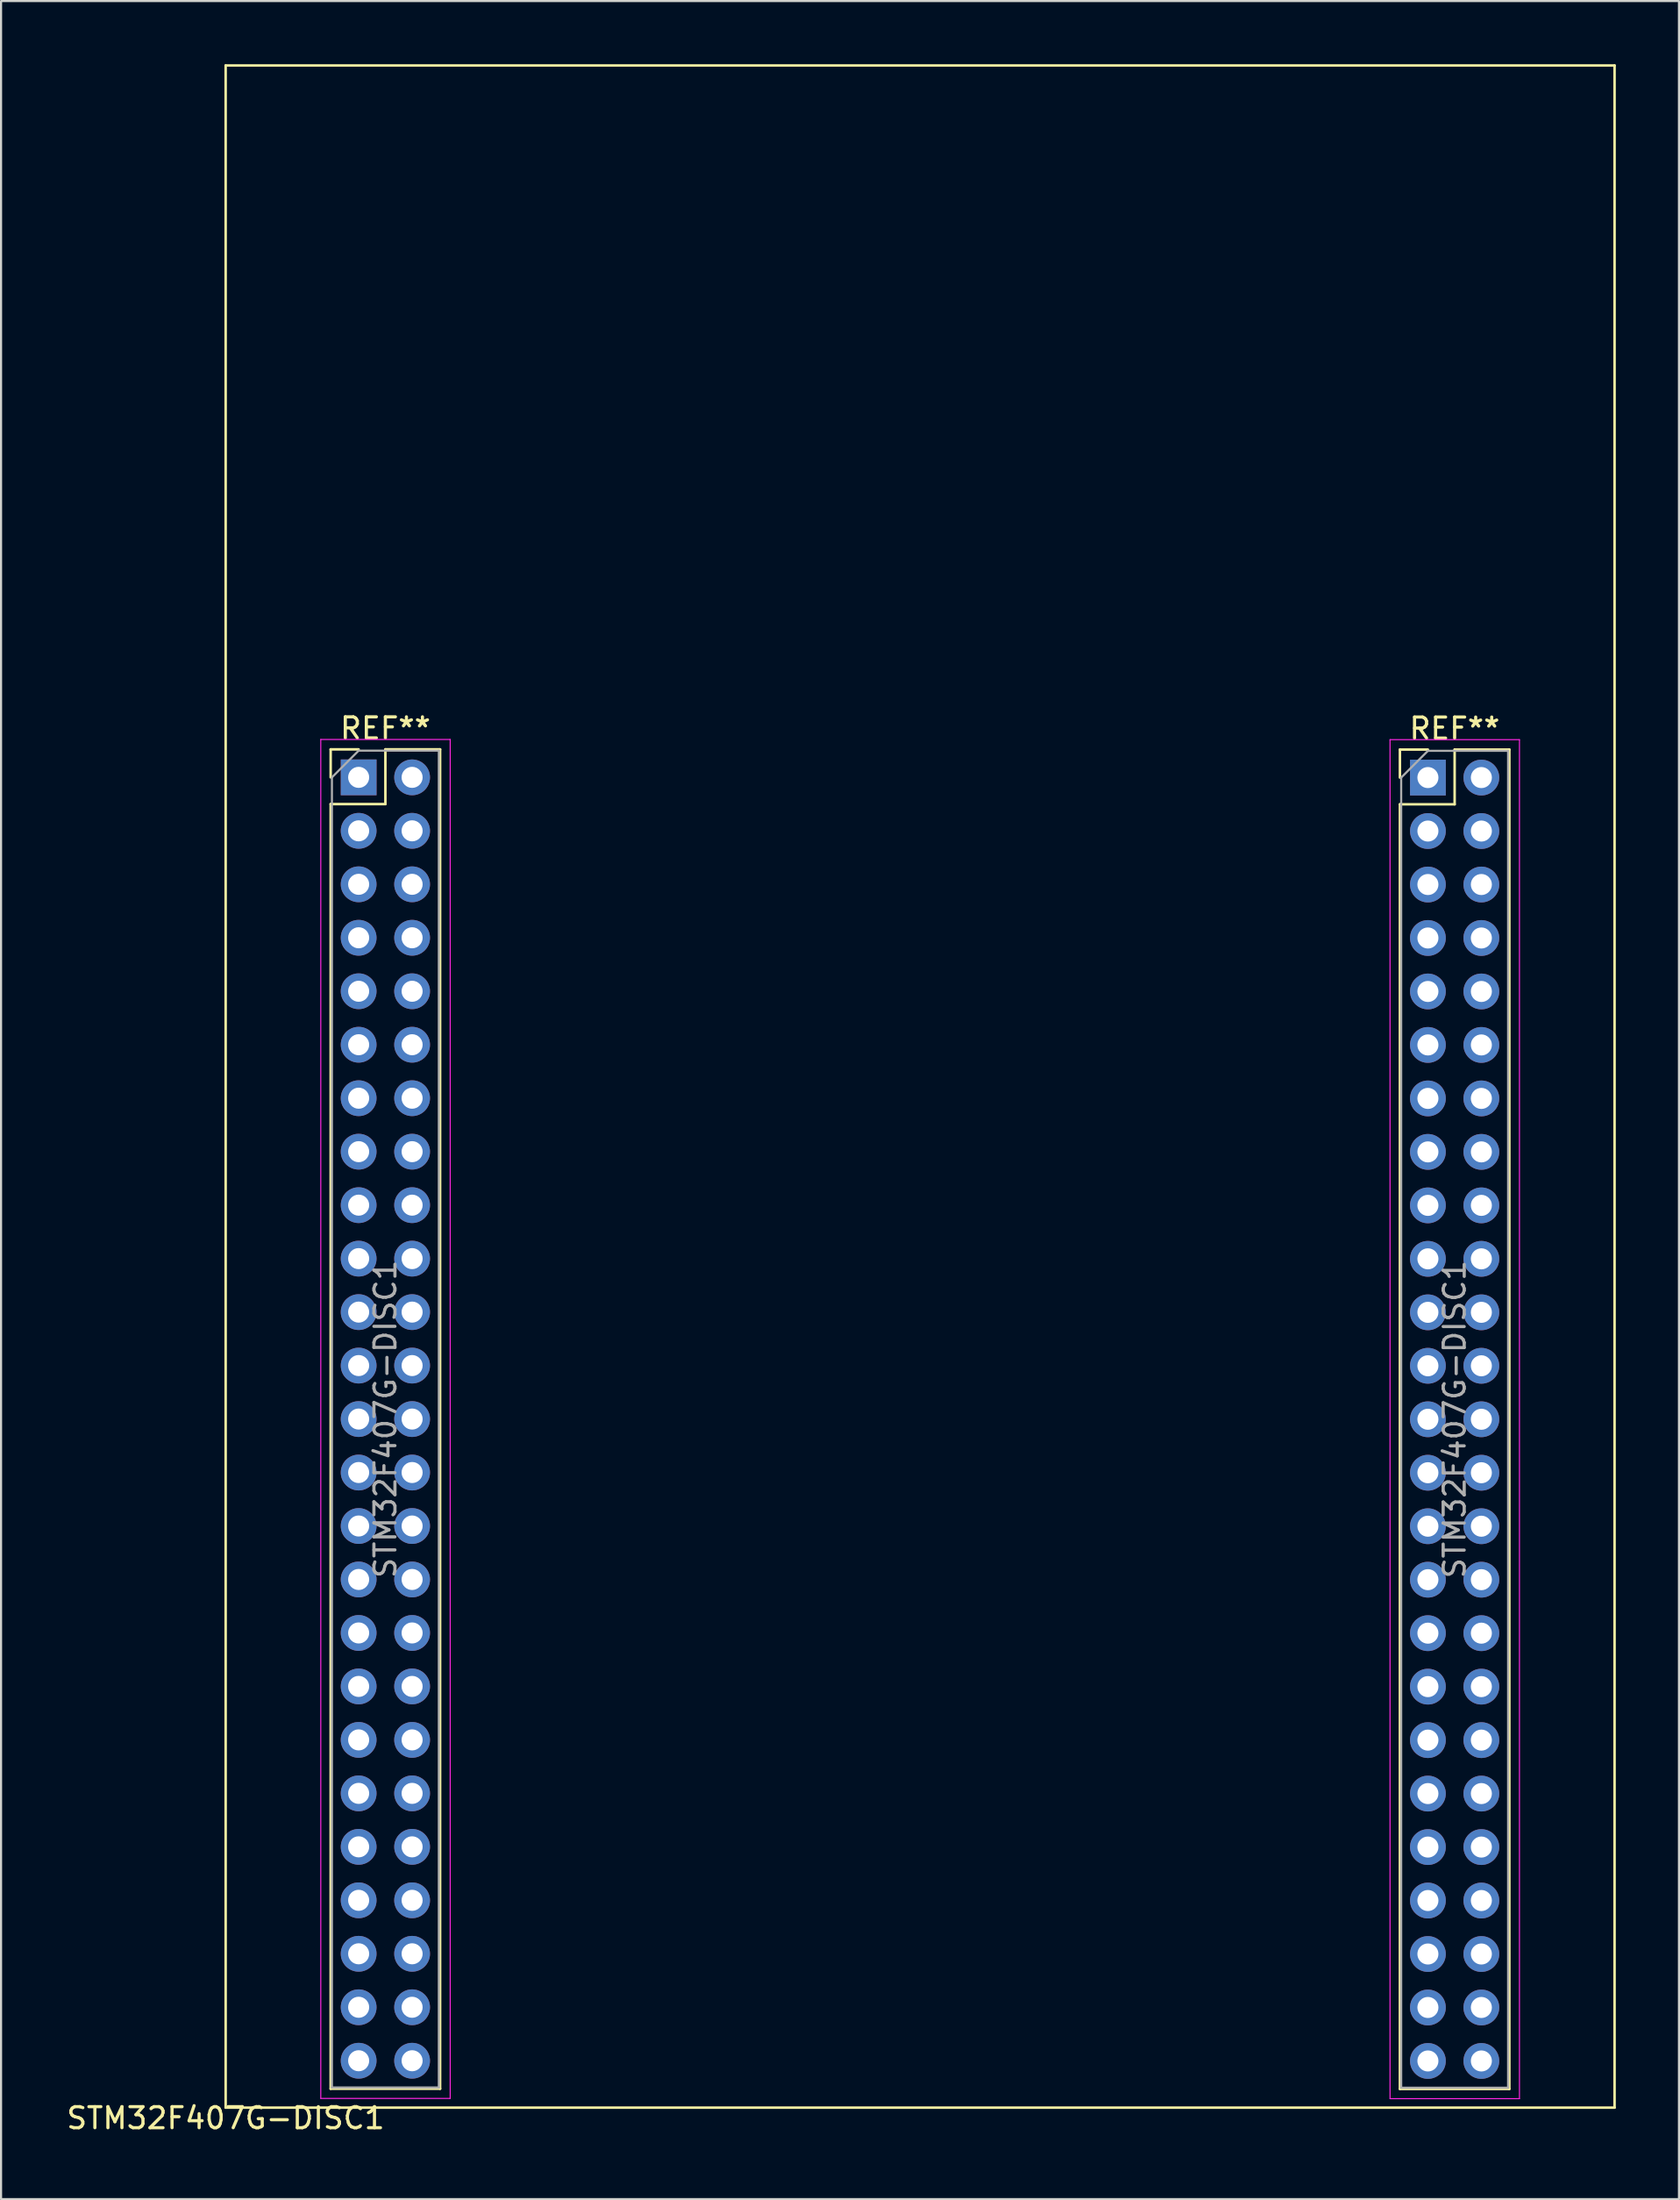
<source format=kicad_pcb>
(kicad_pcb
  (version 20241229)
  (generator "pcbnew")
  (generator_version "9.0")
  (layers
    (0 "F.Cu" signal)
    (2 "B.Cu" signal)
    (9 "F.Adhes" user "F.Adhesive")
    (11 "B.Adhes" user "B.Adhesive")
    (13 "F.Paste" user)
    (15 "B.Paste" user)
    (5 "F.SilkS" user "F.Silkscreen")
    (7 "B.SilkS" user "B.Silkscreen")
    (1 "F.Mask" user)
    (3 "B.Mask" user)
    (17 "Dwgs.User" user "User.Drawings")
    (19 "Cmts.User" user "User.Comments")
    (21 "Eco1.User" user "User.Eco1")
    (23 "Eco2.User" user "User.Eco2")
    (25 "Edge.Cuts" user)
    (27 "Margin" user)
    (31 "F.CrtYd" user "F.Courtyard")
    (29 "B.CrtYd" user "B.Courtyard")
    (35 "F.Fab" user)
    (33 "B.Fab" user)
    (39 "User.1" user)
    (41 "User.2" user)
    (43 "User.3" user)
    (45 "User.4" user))
  (footprint "STM32F407G-DISC1"
    (layer "F.Cu")
    (at 7.673 97.06)
    (property "Reference" "STM32F407G-DISC1" (at 0 0.5 0) (layer "F.SilkS") (effects (font (size 1 1) (thickness 0.15))))
    (attr through_hole)
    (fp_line (start 0 -97) (end 0 0) (stroke (width 0.12) (type solid)) (layer "F.SilkS"))
    (fp_line (start 0 0) (end 66 0) (stroke (width 0.12) (type solid)) (layer "F.SilkS"))
    (fp_line (start 4.99 -64.516) (end 6.32 -64.516) (stroke (width 0.12) (type solid)) (layer "F.SilkS"))
    (fp_line (start 4.99 -63.186) (end 4.99 -64.516) (stroke (width 0.12) (type solid)) (layer "F.SilkS"))
    (fp_line (start 4.99 -61.916) (end 4.99 -0.896) (stroke (width 0.12) (type solid)) (layer "F.SilkS"))
    (fp_line (start 4.99 -61.916) (end 7.59 -61.916) (stroke (width 0.12) (type solid)) (layer "F.SilkS"))
    (fp_line (start 4.99 -0.896) (end 10.19 -0.896) (stroke (width 0.12) (type solid)) (layer "F.SilkS"))
    (fp_line (start 7.59 -64.516) (end 10.19 -64.516) (stroke (width 0.12) (type solid)) (layer "F.SilkS"))
    (fp_line (start 7.59 -61.916) (end 7.59 -64.516) (stroke (width 0.12) (type solid)) (layer "F.SilkS"))
    (fp_line (start 10.19 -64.516) (end 10.19 -0.896) (stroke (width 0.12) (type solid)) (layer "F.SilkS"))
    (fp_line (start 55.8 -64.506) (end 57.13 -64.506) (stroke (width 0.12) (type solid)) (layer "F.SilkS"))
    (fp_line (start 55.8 -63.176) (end 55.8 -64.506) (stroke (width 0.12) (type solid)) (layer "F.SilkS"))
    (fp_line (start 55.8 -61.906) (end 55.8 -0.886) (stroke (width 0.12) (type solid)) (layer "F.SilkS"))
    (fp_line (start 55.8 -61.906) (end 58.4 -61.906) (stroke (width 0.12) (type solid)) (layer "F.SilkS"))
    (fp_line (start 55.8 -0.886) (end 61 -0.886) (stroke (width 0.12) (type solid)) (layer "F.SilkS"))
    (fp_line (start 58.4 -64.506) (end 61 -64.506) (stroke (width 0.12) (type solid)) (layer "F.SilkS"))
    (fp_line (start 58.4 -61.906) (end 58.4 -64.506) (stroke (width 0.12) (type solid)) (layer "F.SilkS"))
    (fp_line (start 61 -64.506) (end 61 -0.886) (stroke (width 0.12) (type solid)) (layer "F.SilkS"))
    (fp_line (start 66 -97) (end 0 -97) (stroke (width 0.12) (type solid)) (layer "F.SilkS"))
    (fp_line (start 66 0) (end 66 -97) (stroke (width 0.12) (type solid)) (layer "F.SilkS"))
    (fp_line (start 4.52 -64.986) (end 4.52 -0.436) (stroke (width 0.05) (type solid)) (layer "F.CrtYd"))
    (fp_line (start 4.52 -0.436) (end 10.67 -0.436) (stroke (width 0.05) (type solid)) (layer "F.CrtYd"))
    (fp_line (start 10.67 -64.986) (end 4.52 -64.986) (stroke (width 0.05) (type solid)) (layer "F.CrtYd"))
    (fp_line (start 10.67 -0.436) (end 10.67 -64.986) (stroke (width 0.05) (type solid)) (layer "F.CrtYd"))
    (fp_line (start 55.33 -64.976) (end 55.33 -0.426) (stroke (width 0.05) (type solid)) (layer "F.CrtYd"))
    (fp_line (start 55.33 -0.426) (end 61.48 -0.426) (stroke (width 0.05) (type solid)) (layer "F.CrtYd"))
    (fp_line (start 61.48 -64.976) (end 55.33 -64.976) (stroke (width 0.05) (type solid)) (layer "F.CrtYd"))
    (fp_line (start 61.48 -0.426) (end 61.48 -64.976) (stroke (width 0.05) (type solid)) (layer "F.CrtYd"))
    (fp_line (start 5.05 -63.186) (end 6.32 -64.456) (stroke (width 0.1) (type solid)) (layer "F.Fab"))
    (fp_line (start 5.05 -0.956) (end 5.05 -63.186) (stroke (width 0.1) (type solid)) (layer "F.Fab"))
    (fp_line (start 6.32 -64.456) (end 10.13 -64.456) (stroke (width 0.1) (type solid)) (layer "F.Fab"))
    (fp_line (start 10.13 -64.456) (end 10.13 -0.956) (stroke (width 0.1) (type solid)) (layer "F.Fab"))
    (fp_line (start 10.13 -0.956) (end 5.05 -0.956) (stroke (width 0.1) (type solid)) (layer "F.Fab"))
    (fp_line (start 55.86 -63.176) (end 57.13 -64.446) (stroke (width 0.1) (type solid)) (layer "F.Fab"))
    (fp_line (start 55.86 -0.946) (end 55.86 -63.176) (stroke (width 0.1) (type solid)) (layer "F.Fab"))
    (fp_line (start 57.13 -64.446) (end 60.94 -64.446) (stroke (width 0.1) (type solid)) (layer "F.Fab"))
    (fp_line (start 60.94 -64.446) (end 60.94 -0.946) (stroke (width 0.1) (type solid)) (layer "F.Fab"))
    (fp_line (start 60.94 -0.946) (end 55.86 -0.946) (stroke (width 0.1) (type solid)) (layer "F.Fab"))
    (fp_text user "REF**" (at 58.4 -65.506 0) (layer "F.SilkS") (effects (font (size 1 1) (thickness 0.15))))
    (fp_text user "REF**" (at 7.59 -65.516 0) (layer "F.SilkS") (effects (font (size 1 1) (thickness 0.15))))
    (fp_text user "${REFERENCE}" (at 7.59 -32.706 90) (layer "F.Fab") (effects (font (size 1 1) (thickness 0.15))))
    (fp_text user "${REFERENCE}" (at 58.4 -32.696 90) (layer "F.Fab") (effects (font (size 1 1) (thickness 0.15))))
    (pad "a1" thru_hole rect (at 6.32 -63.186) (size 1.7 1.7) (drill 1) (layers "*.Cu" "*.Mask"))
    (pad "a2" thru_hole oval (at 8.86 -63.186) (size 1.7 1.7) (drill 1) (layers "*.Cu" "*.Mask"))
    (pad "a3" thru_hole oval (at 6.32 -60.646) (size 1.7 1.7) (drill 1) (layers "*.Cu" "*.Mask"))
    (pad "a4" thru_hole oval (at 8.86 -60.646) (size 1.7 1.7) (drill 1) (layers "*.Cu" "*.Mask"))
    (pad "a5" thru_hole oval (at 6.32 -58.106) (size 1.7 1.7) (drill 1) (layers "*.Cu" "*.Mask"))
    (pad "a6" thru_hole oval (at 8.86 -58.106) (size 1.7 1.7) (drill 1) (layers "*.Cu" "*.Mask"))
    (pad "a7" thru_hole oval (at 6.32 -55.566) (size 1.7 1.7) (drill 1) (layers "*.Cu" "*.Mask"))
    (pad "a8" thru_hole oval (at 8.86 -55.566) (size 1.7 1.7) (drill 1) (layers "*.Cu" "*.Mask"))
    (pad "a9" thru_hole oval (at 6.32 -53.026) (size 1.7 1.7) (drill 1) (layers "*.Cu" "*.Mask"))
    (pad "a10" thru_hole oval (at 8.86 -53.026) (size 1.7 1.7) (drill 1) (layers "*.Cu" "*.Mask"))
    (pad "a11" thru_hole oval (at 6.32 -50.486) (size 1.7 1.7) (drill 1) (layers "*.Cu" "*.Mask"))
    (pad "a12" thru_hole oval (at 8.86 -50.486) (size 1.7 1.7) (drill 1) (layers "*.Cu" "*.Mask"))
    (pad "a13" thru_hole oval (at 6.32 -47.946) (size 1.7 1.7) (drill 1) (layers "*.Cu" "*.Mask"))
    (pad "a14" thru_hole oval (at 8.86 -47.946) (size 1.7 1.7) (drill 1) (layers "*.Cu" "*.Mask"))
    (pad "a15" thru_hole oval (at 6.32 -45.406) (size 1.7 1.7) (drill 1) (layers "*.Cu" "*.Mask"))
    (pad "a16" thru_hole oval (at 8.86 -45.406) (size 1.7 1.7) (drill 1) (layers "*.Cu" "*.Mask"))
    (pad "a17" thru_hole oval (at 6.32 -42.866) (size 1.7 1.7) (drill 1) (layers "*.Cu" "*.Mask"))
    (pad "a18" thru_hole oval (at 8.86 -42.866) (size 1.7 1.7) (drill 1) (layers "*.Cu" "*.Mask"))
    (pad "a19" thru_hole oval (at 6.32 -40.326) (size 1.7 1.7) (drill 1) (layers "*.Cu" "*.Mask"))
    (pad "a20" thru_hole oval (at 8.86 -40.326) (size 1.7 1.7) (drill 1) (layers "*.Cu" "*.Mask"))
    (pad "a21" thru_hole oval (at 6.32 -37.786) (size 1.7 1.7) (drill 1) (layers "*.Cu" "*.Mask"))
    (pad "a22" thru_hole oval (at 8.86 -37.786) (size 1.7 1.7) (drill 1) (layers "*.Cu" "*.Mask"))
    (pad "a23" thru_hole oval (at 6.32 -35.246) (size 1.7 1.7) (drill 1) (layers "*.Cu" "*.Mask"))
    (pad "a24" thru_hole oval (at 8.86 -35.246) (size 1.7 1.7) (drill 1) (layers "*.Cu" "*.Mask"))
    (pad "a25" thru_hole oval (at 6.32 -32.706) (size 1.7 1.7) (drill 1) (layers "*.Cu" "*.Mask"))
    (pad "a26" thru_hole oval (at 8.86 -32.706) (size 1.7 1.7) (drill 1) (layers "*.Cu" "*.Mask"))
    (pad "a27" thru_hole oval (at 6.32 -30.166) (size 1.7 1.7) (drill 1) (layers "*.Cu" "*.Mask"))
    (pad "a28" thru_hole oval (at 8.86 -30.166) (size 1.7 1.7) (drill 1) (layers "*.Cu" "*.Mask"))
    (pad "a29" thru_hole oval (at 6.32 -27.626) (size 1.7 1.7) (drill 1) (layers "*.Cu" "*.Mask"))
    (pad "a30" thru_hole oval (at 8.86 -27.626) (size 1.7 1.7) (drill 1) (layers "*.Cu" "*.Mask"))
    (pad "a31" thru_hole oval (at 6.32 -25.086) (size 1.7 1.7) (drill 1) (layers "*.Cu" "*.Mask"))
    (pad "a32" thru_hole oval (at 8.86 -25.086) (size 1.7 1.7) (drill 1) (layers "*.Cu" "*.Mask"))
    (pad "a33" thru_hole oval (at 6.32 -22.546) (size 1.7 1.7) (drill 1) (layers "*.Cu" "*.Mask"))
    (pad "a34" thru_hole oval (at 8.86 -22.546) (size 1.7 1.7) (drill 1) (layers "*.Cu" "*.Mask"))
    (pad "a35" thru_hole oval (at 6.32 -20.006) (size 1.7 1.7) (drill 1) (layers "*.Cu" "*.Mask"))
    (pad "a36" thru_hole oval (at 8.86 -20.006) (size 1.7 1.7) (drill 1) (layers "*.Cu" "*.Mask"))
    (pad "a37" thru_hole oval (at 6.32 -17.466) (size 1.7 1.7) (drill 1) (layers "*.Cu" "*.Mask"))
    (pad "a38" thru_hole oval (at 8.86 -17.466) (size 1.7 1.7) (drill 1) (layers "*.Cu" "*.Mask"))
    (pad "a39" thru_hole oval (at 6.32 -14.926) (size 1.7 1.7) (drill 1) (layers "*.Cu" "*.Mask"))
    (pad "a40" thru_hole oval (at 8.86 -14.926) (size 1.7 1.7) (drill 1) (layers "*.Cu" "*.Mask"))
    (pad "a41" thru_hole oval (at 6.32 -12.386) (size 1.7 1.7) (drill 1) (layers "*.Cu" "*.Mask"))
    (pad "a42" thru_hole oval (at 8.86 -12.386) (size 1.7 1.7) (drill 1) (layers "*.Cu" "*.Mask"))
    (pad "a43" thru_hole oval (at 6.32 -9.846) (size 1.7 1.7) (drill 1) (layers "*.Cu" "*.Mask"))
    (pad "a44" thru_hole oval (at 8.86 -9.846) (size 1.7 1.7) (drill 1) (layers "*.Cu" "*.Mask"))
    (pad "a45" thru_hole oval (at 6.32 -7.306) (size 1.7 1.7) (drill 1) (layers "*.Cu" "*.Mask"))
    (pad "a46" thru_hole oval (at 8.86 -7.306) (size 1.7 1.7) (drill 1) (layers "*.Cu" "*.Mask"))
    (pad "a47" thru_hole oval (at 6.32 -4.766) (size 1.7 1.7) (drill 1) (layers "*.Cu" "*.Mask"))
    (pad "a48" thru_hole oval (at 8.86 -4.766) (size 1.7 1.7) (drill 1) (layers "*.Cu" "*.Mask"))
    (pad "a49" thru_hole oval (at 6.32 -2.226) (size 1.7 1.7) (drill 1) (layers "*.Cu" "*.Mask"))
    (pad "a50" thru_hole oval (at 8.86 -2.226) (size 1.7 1.7) (drill 1) (layers "*.Cu" "*.Mask"))
    (pad "b1" thru_hole rect (at 57.13 -63.176) (size 1.7 1.7) (drill 1) (layers "*.Cu" "*.Mask"))
    (pad "b2" thru_hole oval (at 59.67 -63.176) (size 1.7 1.7) (drill 1) (layers "*.Cu" "*.Mask"))
    (pad "b3" thru_hole oval (at 57.13 -60.636) (size 1.7 1.7) (drill 1) (layers "*.Cu" "*.Mask"))
    (pad "b4" thru_hole oval (at 59.67 -60.636) (size 1.7 1.7) (drill 1) (layers "*.Cu" "*.Mask"))
    (pad "b5" thru_hole oval (at 57.13 -58.096) (size 1.7 1.7) (drill 1) (layers "*.Cu" "*.Mask"))
    (pad "b6" thru_hole oval (at 59.67 -58.096) (size 1.7 1.7) (drill 1) (layers "*.Cu" "*.Mask"))
    (pad "b7" thru_hole oval (at 57.13 -55.556) (size 1.7 1.7) (drill 1) (layers "*.Cu" "*.Mask"))
    (pad "b8" thru_hole oval (at 59.67 -55.556) (size 1.7 1.7) (drill 1) (layers "*.Cu" "*.Mask"))
    (pad "b9" thru_hole oval (at 57.13 -53.016) (size 1.7 1.7) (drill 1) (layers "*.Cu" "*.Mask"))
    (pad "b10" thru_hole oval (at 59.67 -53.016) (size 1.7 1.7) (drill 1) (layers "*.Cu" "*.Mask"))
    (pad "b11" thru_hole oval (at 57.13 -50.476) (size 1.7 1.7) (drill 1) (layers "*.Cu" "*.Mask"))
    (pad "b12" thru_hole oval (at 59.67 -50.476) (size 1.7 1.7) (drill 1) (layers "*.Cu" "*.Mask"))
    (pad "b13" thru_hole oval (at 57.13 -47.936) (size 1.7 1.7) (drill 1) (layers "*.Cu" "*.Mask"))
    (pad "b14" thru_hole oval (at 59.67 -47.936) (size 1.7 1.7) (drill 1) (layers "*.Cu" "*.Mask"))
    (pad "b15" thru_hole oval (at 57.13 -45.396) (size 1.7 1.7) (drill 1) (layers "*.Cu" "*.Mask"))
    (pad "b16" thru_hole oval (at 59.67 -45.396) (size 1.7 1.7) (drill 1) (layers "*.Cu" "*.Mask"))
    (pad "b17" thru_hole oval (at 57.13 -42.856) (size 1.7 1.7) (drill 1) (layers "*.Cu" "*.Mask"))
    (pad "b18" thru_hole oval (at 59.67 -42.856) (size 1.7 1.7) (drill 1) (layers "*.Cu" "*.Mask"))
    (pad "b19" thru_hole oval (at 57.13 -40.316) (size 1.7 1.7) (drill 1) (layers "*.Cu" "*.Mask"))
    (pad "b20" thru_hole oval (at 59.67 -40.316) (size 1.7 1.7) (drill 1) (layers "*.Cu" "*.Mask"))
    (pad "b21" thru_hole oval (at 57.13 -37.776) (size 1.7 1.7) (drill 1) (layers "*.Cu" "*.Mask"))
    (pad "b22" thru_hole oval (at 59.67 -37.776) (size 1.7 1.7) (drill 1) (layers "*.Cu" "*.Mask"))
    (pad "b23" thru_hole oval (at 57.13 -35.236) (size 1.7 1.7) (drill 1) (layers "*.Cu" "*.Mask"))
    (pad "b24" thru_hole oval (at 59.67 -35.236) (size 1.7 1.7) (drill 1) (layers "*.Cu" "*.Mask"))
    (pad "b25" thru_hole oval (at 57.13 -32.696) (size 1.7 1.7) (drill 1) (layers "*.Cu" "*.Mask"))
    (pad "b26" thru_hole oval (at 59.67 -32.696) (size 1.7 1.7) (drill 1) (layers "*.Cu" "*.Mask"))
    (pad "b27" thru_hole oval (at 57.13 -30.156) (size 1.7 1.7) (drill 1) (layers "*.Cu" "*.Mask"))
    (pad "b28" thru_hole oval (at 59.67 -30.156) (size 1.7 1.7) (drill 1) (layers "*.Cu" "*.Mask"))
    (pad "b29" thru_hole oval (at 57.13 -27.616) (size 1.7 1.7) (drill 1) (layers "*.Cu" "*.Mask"))
    (pad "b30" thru_hole oval (at 59.67 -27.616) (size 1.7 1.7) (drill 1) (layers "*.Cu" "*.Mask"))
    (pad "b31" thru_hole oval (at 57.13 -25.076) (size 1.7 1.7) (drill 1) (layers "*.Cu" "*.Mask"))
    (pad "b32" thru_hole oval (at 59.67 -25.076) (size 1.7 1.7) (drill 1) (layers "*.Cu" "*.Mask"))
    (pad "b33" thru_hole oval (at 57.13 -22.536) (size 1.7 1.7) (drill 1) (layers "*.Cu" "*.Mask"))
    (pad "b34" thru_hole oval (at 59.67 -22.536) (size 1.7 1.7) (drill 1) (layers "*.Cu" "*.Mask"))
    (pad "b35" thru_hole oval (at 57.13 -19.996) (size 1.7 1.7) (drill 1) (layers "*.Cu" "*.Mask"))
    (pad "b36" thru_hole oval (at 59.67 -19.996) (size 1.7 1.7) (drill 1) (layers "*.Cu" "*.Mask"))
    (pad "b37" thru_hole oval (at 57.13 -17.456) (size 1.7 1.7) (drill 1) (layers "*.Cu" "*.Mask"))
    (pad "b38" thru_hole oval (at 59.67 -17.456) (size 1.7 1.7) (drill 1) (layers "*.Cu" "*.Mask"))
    (pad "b39" thru_hole oval (at 57.13 -14.916) (size 1.7 1.7) (drill 1) (layers "*.Cu" "*.Mask"))
    (pad "b40" thru_hole oval (at 59.67 -14.916) (size 1.7 1.7) (drill 1) (layers "*.Cu" "*.Mask"))
    (pad "b41" thru_hole oval (at 57.13 -12.376) (size 1.7 1.7) (drill 1) (layers "*.Cu" "*.Mask"))
    (pad "b42" thru_hole oval (at 59.67 -12.376) (size 1.7 1.7) (drill 1) (layers "*.Cu" "*.Mask"))
    (pad "b43" thru_hole oval (at 57.13 -9.836) (size 1.7 1.7) (drill 1) (layers "*.Cu" "*.Mask"))
    (pad "b44" thru_hole oval (at 59.67 -9.836) (size 1.7 1.7) (drill 1) (layers "*.Cu" "*.Mask"))
    (pad "b45" thru_hole oval (at 57.13 -7.296) (size 1.7 1.7) (drill 1) (layers "*.Cu" "*.Mask"))
    (pad "b46" thru_hole oval (at 59.67 -7.296) (size 1.7 1.7) (drill 1) (layers "*.Cu" "*.Mask"))
    (pad "b47" thru_hole oval (at 57.13 -4.756) (size 1.7 1.7) (drill 1) (layers "*.Cu" "*.Mask"))
    (pad "b48" thru_hole oval (at 59.67 -4.756) (size 1.7 1.7) (drill 1) (layers "*.Cu" "*.Mask"))
    (pad "b49" thru_hole oval (at 57.13 -2.216) (size 1.7 1.7) (drill 1) (layers "*.Cu" "*.Mask"))
    (pad "b50" thru_hole oval (at 59.67 -2.216) (size 1.7 1.7) (drill 1) (layers "*.Cu" "*.Mask")))
  (gr_rect
    (start -3 -3)
    (end 76.733 101.408)
    (stroke (width 0.1) (type default))
    (fill no)
    (layer "Edge.Cuts")))
</source>
